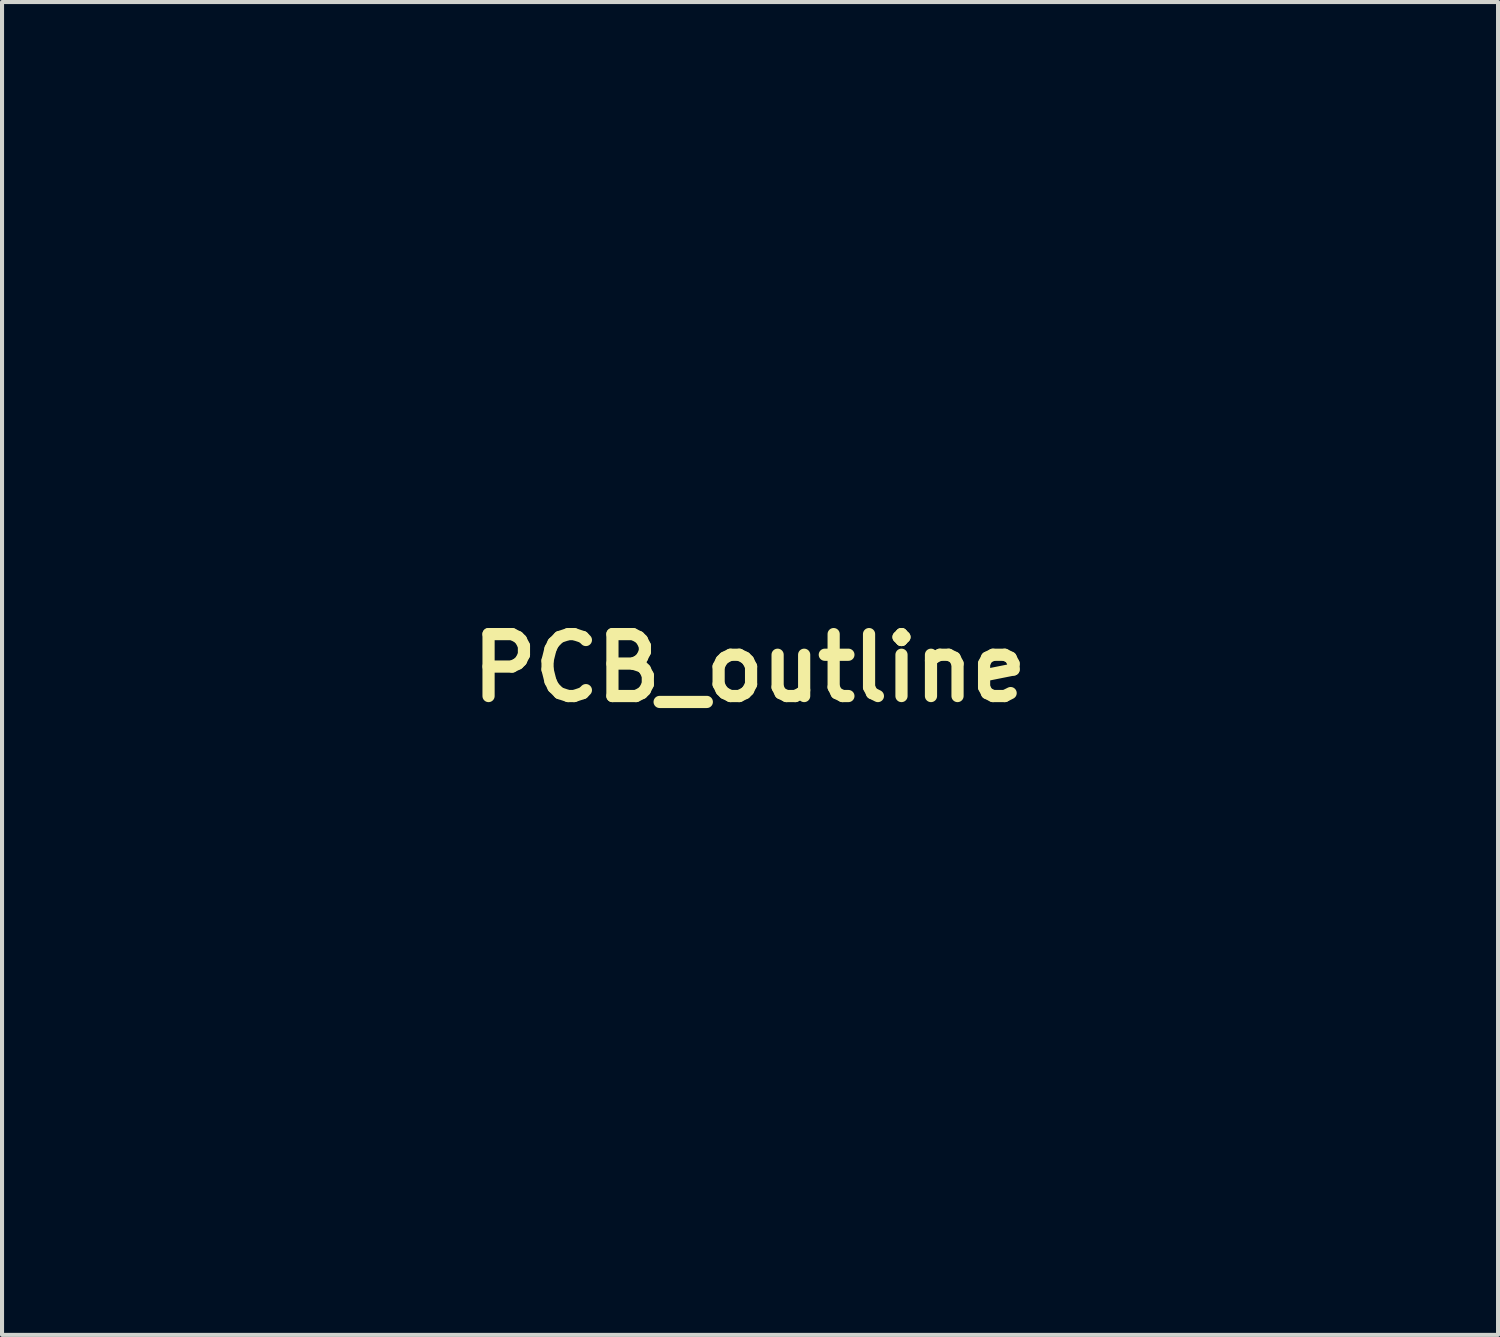
<source format=kicad_pcb>
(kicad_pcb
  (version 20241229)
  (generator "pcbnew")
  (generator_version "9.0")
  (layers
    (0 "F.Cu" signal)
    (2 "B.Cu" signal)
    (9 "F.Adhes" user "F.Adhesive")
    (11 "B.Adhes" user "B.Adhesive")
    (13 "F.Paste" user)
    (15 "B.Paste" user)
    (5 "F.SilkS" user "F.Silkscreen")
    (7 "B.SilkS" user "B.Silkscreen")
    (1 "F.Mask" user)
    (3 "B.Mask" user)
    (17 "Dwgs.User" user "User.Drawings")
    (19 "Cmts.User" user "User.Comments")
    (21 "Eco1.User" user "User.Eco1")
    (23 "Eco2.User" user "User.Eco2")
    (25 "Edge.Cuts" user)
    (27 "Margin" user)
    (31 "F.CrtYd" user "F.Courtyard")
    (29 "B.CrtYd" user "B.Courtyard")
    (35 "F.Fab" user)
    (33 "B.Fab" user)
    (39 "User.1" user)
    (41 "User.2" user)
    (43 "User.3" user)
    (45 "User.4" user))
  (footprint "PCB_outline"
    (layer "F.Cu")
    (at 15.393 13.386)
    (property "Reference" "PCB_outline" (at 0 0 0) (layer "F.SilkS") (effects (font (size 1.524 1.524) (thickness 0.3))))
    (attr through_hole)
    (fp_poly (pts (xy 15.411 13.404) (xy -15.388 13.404) (xy -15.388 10.426) (xy -5.348 10.426) (xy -5.31 10.57) (xy -5.27 10.65) (xy -5.18 10.754) (xy -5.062 10.832) (xy -4.927 10.879) (xy -4.786 10.891) (xy -4.651 10.866) (xy -4.631 10.858) (xy -4.501 10.781) (xy -4.402 10.678) (xy -4.336 10.554) (xy -4.303 10.42) (xy -4.303 10.415) (xy -3.062 10.415) (xy -3.046 10.507) (xy -2.995 10.619) (xy -2.914 10.726) (xy -2.817 10.812) (xy -2.758 10.845) (xy -2.64 10.879) (xy -2.506 10.886) (xy -2.377 10.867) (xy -2.319 10.846) (xy -2.191 10.765) (xy -2.097 10.659) (xy -2.036 10.536) (xy -2.009 10.403) (xy -2.01 10.391) (xy -0.764 10.391) (xy -0.752 10.507) (xy -0.738 10.554) (xy -0.667 10.68) (xy -0.565 10.779) (xy -0.44 10.848) (xy -0.301 10.885) (xy -0.158 10.886) (xy -0.019 10.846) (xy -0.007 10.841) (xy 0.113 10.758) (xy 0.207 10.64) (xy 0.268 10.501) (xy 0.289 10.356) (xy 0.281 10.297) (xy 1.528 10.297) (xy 1.529 10.445) (xy 1.573 10.586) (xy 1.657 10.71) (xy 1.775 10.811) (xy 1.908 10.87) (xy 2.053 10.888) (xy 2.157 10.879) (xy 2.253 10.854) (xy 2.272 10.846) (xy 2.397 10.765) (xy 2.493 10.656) (xy 2.555 10.527) (xy 2.572 10.434) (xy 3.824 10.434) (xy 3.838 10.501) (xy 3.902 10.646) (xy 3.996 10.76) (xy 4.114 10.84) (xy 4.25 10.883) (xy 4.397 10.887) (xy 4.548 10.848) (xy 4.582 10.834) (xy 4.71 10.751) (xy 4.802 10.64) (xy 4.857 10.504) (xy 4.872 10.37) (xy 4.852 10.216) (xy 4.789 10.079) (xy 4.693 9.97) (xy 4.563 9.88) (xy 4.425 9.836) (xy 4.28 9.836) (xy 4.172 9.863) (xy 4.041 9.931) (xy 3.937 10.03) (xy 3.863 10.152) (xy 3.824 10.29) (xy 3.824 10.434) (xy 2.572 10.434) (xy 2.581 10.385) (xy 2.567 10.241) (xy 2.536 10.151) (xy 2.454 10.015) (xy 2.351 9.919) (xy 2.222 9.862) (xy 2.066 9.841) (xy 2.053 9.841) (xy 1.895 9.859) (xy 1.764 9.914) (xy 1.659 10.007) (xy 1.576 10.14) (xy 1.571 10.151) (xy 1.528 10.297) (xy 0.281 10.297) (xy 0.27 10.218) (xy 0.215 10.093) (xy 0.131 9.987) (xy 0.023 9.905) (xy -0.104 9.851) (xy -0.243 9.832) (xy -0.39 9.853) (xy -0.397 9.855) (xy -0.497 9.903) (xy -0.597 9.981) (xy -0.68 10.075) (xy -0.727 10.156) (xy -0.756 10.267) (xy -0.764 10.391) (xy -2.01 10.391) (xy -2.016 10.268) (xy -2.056 10.138) (xy -2.131 10.02) (xy -2.24 9.923) (xy -2.293 9.891) (xy -2.382 9.857) (xy -2.489 9.842) (xy -2.54 9.84) (xy -2.633 9.843) (xy -2.702 9.857) (xy -2.769 9.888) (xy -2.804 9.909) (xy -2.921 10.007) (xy -3.006 10.129) (xy -3.054 10.269) (xy -3.062 10.415) (xy -4.303 10.415) (xy -4.305 10.281) (xy -4.345 10.147) (xy -4.422 10.024) (xy -4.456 9.988) (xy -4.58 9.898) (xy -4.718 9.848) (xy -4.861 9.837) (xy -5.003 9.866) (xy -5.134 9.934) (xy -5.231 10.021) (xy -5.308 10.141) (xy -5.347 10.28) (xy -5.348 10.426) (xy -15.388 10.426) (xy -15.388 8.29) (xy -13.883 8.29) (xy -13.878 8.524) (xy -13.83 8.758) (xy -13.759 8.95) (xy -13.632 9.173) (xy -13.473 9.365) (xy -13.286 9.521) (xy -13.071 9.641) (xy -12.833 9.723) (xy -12.829 9.723) (xy -12.682 9.747) (xy -12.513 9.755) (xy -12.343 9.748) (xy -12.192 9.725) (xy -12.185 9.724) (xy -11.956 9.647) (xy -11.748 9.532) (xy -11.563 9.384) (xy -11.406 9.209) (xy -11.28 9.009) (xy -11.189 8.792) (xy -11.137 8.56) (xy -11.131 8.436) (xy -6.501 8.436) (xy -6.469 8.575) (xy -6.398 8.701) (xy -6.291 8.804) (xy -6.194 8.861) (xy -6.081 8.894) (xy -5.95 8.903) (xy -5.824 8.886) (xy -5.773 8.869) (xy -5.644 8.793) (xy -5.547 8.691) (xy -5.483 8.57) (xy -5.452 8.438) (xy -5.452 8.42) (xy -4.21 8.42) (xy -4.182 8.54) (xy -4.131 8.656) (xy -4.085 8.724) (xy -3.977 8.819) (xy -3.846 8.881) (xy -3.703 8.906) (xy -3.558 8.894) (xy -3.437 8.851) (xy -3.317 8.766) (xy -3.229 8.655) (xy -3.174 8.526) (xy -3.154 8.388) (xy -3.156 8.366) (xy -1.914 8.366) (xy -1.898 8.512) (xy -1.845 8.644) (xy -1.76 8.754) (xy -1.647 8.838) (xy -1.51 8.89) (xy -1.384 8.904) (xy -1.278 8.894) (xy -1.181 8.869) (xy -1.164 8.861) (xy -1.062 8.795) (xy -0.97 8.698) (xy -0.901 8.587) (xy -0.876 8.523) (xy -0.858 8.379) (xy 0.379 8.379) (xy 0.395 8.52) (xy 0.447 8.646) (xy 0.528 8.752) (xy 0.632 8.834) (xy 0.755 8.887) (xy 0.891 8.906) (xy 1.034 8.888) (xy 1.156 8.841) (xy 1.274 8.755) (xy 1.36 8.644) (xy 1.413 8.514) (xy 1.423 8.442) (xy 2.68 8.442) (xy 2.718 8.586) (xy 2.759 8.666) (xy 2.849 8.77) (xy 2.967 8.848) (xy 3.102 8.895) (xy 3.242 8.907) (xy 3.377 8.882) (xy 3.398 8.874) (xy 3.528 8.797) (xy 3.627 8.693) (xy 3.693 8.569) (xy 3.726 8.434) (xy 3.722 8.297) (xy 11.149 8.297) (xy 11.15 8.455) (xy 11.187 8.704) (xy 11.265 8.936) (xy 11.38 9.147) (xy 11.528 9.335) (xy 11.706 9.493) (xy 11.912 9.619) (xy 12.14 9.707) (xy 12.198 9.722) (xy 12.35 9.747) (xy 12.523 9.755) (xy 12.697 9.747) (xy 12.846 9.724) (xy 13.075 9.647) (xy 13.283 9.532) (xy 13.468 9.384) (xy 13.625 9.209) (xy 13.751 9.009) (xy 13.842 8.792) (xy 13.894 8.56) (xy 13.905 8.32) (xy 13.903 8.294) (xy 13.864 8.047) (xy 13.783 7.814) (xy 13.663 7.6) (xy 13.507 7.411) (xy 13.319 7.251) (xy 13.261 7.212) (xy 13.051 7.105) (xy 12.824 7.035) (xy 12.588 7.003) (xy 12.353 7.01) (xy 12.135 7.056) (xy 11.904 7.15) (xy 11.698 7.279) (xy 11.519 7.439) (xy 11.372 7.626) (xy 11.259 7.834) (xy 11.184 8.059) (xy 11.149 8.297) (xy 3.722 8.297) (xy 3.722 8.296) (xy 3.681 8.161) (xy 3.6 8.037) (xy 3.575 8.01) (xy 3.452 7.917) (xy 3.315 7.864) (xy 3.172 7.852) (xy 3.031 7.879) (xy 2.899 7.946) (xy 2.797 8.037) (xy 2.721 8.157) (xy 2.681 8.296) (xy 2.68 8.442) (xy 1.423 8.442) (xy 1.432 8.376) (xy 1.415 8.237) (xy 1.36 8.106) (xy 1.309 8.037) (xy 1.195 7.938) (xy 1.067 7.877) (xy 0.931 7.853) (xy 0.795 7.864) (xy 0.667 7.908) (xy 0.554 7.984) (xy 0.463 8.09) (xy 0.402 8.226) (xy 0.402 8.226) (xy 0.379 8.379) (xy -0.858 8.379) (xy -0.858 8.376) (xy -0.881 8.231) (xy -0.944 8.097) (xy -1.041 7.983) (xy -1.118 7.925) (xy -1.249 7.869) (xy -1.388 7.852) (xy -1.526 7.871) (xy -1.655 7.925) (xy -1.765 8.008) (xy -1.849 8.118) (xy -1.888 8.211) (xy -1.914 8.366) (xy -3.156 8.366) (xy -3.169 8.249) (xy -3.222 8.118) (xy -3.313 8.002) (xy -3.314 8.001) (xy -3.404 7.934) (xy -3.513 7.881) (xy -3.62 7.849) (xy -3.671 7.844) (xy -3.816 7.865) (xy -3.949 7.926) (xy -4.062 8.021) (xy -4.149 8.143) (xy -4.203 8.286) (xy -4.208 8.312) (xy -4.21 8.42) (xy -5.452 8.42) (xy -5.454 8.302) (xy -5.491 8.17) (xy -5.564 8.05) (xy -5.672 7.95) (xy -5.68 7.944) (xy -5.82 7.876) (xy -5.964 7.85) (xy -6.105 7.865) (xy -6.236 7.919) (xy -6.35 8.01) (xy -6.439 8.136) (xy -6.442 8.142) (xy -6.493 8.289) (xy -6.501 8.436) (xy -11.131 8.436) (xy -11.126 8.32) (xy -11.128 8.294) (xy -11.167 8.046) (xy -11.247 7.816) (xy -11.366 7.605) (xy -11.52 7.419) (xy -11.705 7.26) (xy -11.92 7.133) (xy -12.146 7.045) (xy -12.313 7.012) (xy -12.501 7.003) (xy -12.695 7.015) (xy -12.875 7.05) (xy -12.926 7.065) (xy -13.155 7.163) (xy -13.356 7.294) (xy -13.528 7.455) (xy -13.669 7.639) (xy -13.777 7.843) (xy -13.849 8.061) (xy -13.883 8.29) (xy -15.388 8.29) (xy -15.388 6.407) (xy -5.352 6.407) (xy -5.33 6.555) (xy -5.27 6.686) (xy -5.177 6.794) (xy -5.058 6.872) (xy -4.918 6.915) (xy -4.838 6.921) (xy -4.749 6.915) (xy -4.667 6.901) (xy -4.631 6.89) (xy -4.5 6.813) (xy -4.401 6.708) (xy -4.334 6.585) (xy -4.303 6.45) (xy -4.304 6.416) (xy -3.063 6.416) (xy -3.036 6.562) (xy -2.966 6.697) (xy -2.934 6.739) (xy -2.819 6.84) (xy -2.686 6.902) (xy -2.541 6.923) (xy -2.391 6.901) (xy -2.281 6.857) (xy -2.163 6.771) (xy -2.078 6.663) (xy -2.027 6.539) (xy -2.008 6.408) (xy -2.012 6.375) (xy -0.767 6.375) (xy -0.757 6.51) (xy -0.712 6.639) (xy -0.634 6.754) (xy -0.52 6.848) (xy -0.487 6.867) (xy -0.366 6.909) (xy -0.229 6.921) (xy -0.092 6.905) (xy -0.01 6.877) (xy 0.093 6.808) (xy 0.182 6.708) (xy 0.249 6.589) (xy 0.287 6.462) (xy 0.288 6.448) (xy 1.526 6.448) (xy 1.558 6.587) (xy 1.628 6.713) (xy 1.733 6.817) (xy 1.834 6.877) (xy 1.948 6.91) (xy 2.079 6.919) (xy 2.204 6.902) (xy 2.256 6.885) (xy 2.387 6.807) (xy 2.487 6.701) (xy 2.552 6.574) (xy 2.577 6.446) (xy 3.817 6.446) (xy 3.851 6.572) (xy 3.915 6.693) (xy 4.001 6.797) (xy 4.102 6.871) (xy 4.116 6.877) (xy 4.242 6.913) (xy 4.381 6.92) (xy 4.515 6.898) (xy 4.593 6.867) (xy 4.715 6.78) (xy 4.802 6.669) (xy 4.855 6.543) (xy 4.874 6.409) (xy 4.859 6.274) (xy 4.81 6.146) (xy 4.727 6.032) (xy 4.61 5.939) (xy 4.576 5.921) (xy 4.437 5.874) (xy 4.297 5.87) (xy 4.162 5.903) (xy 4.04 5.971) (xy 3.936 6.069) (xy 3.859 6.194) (xy 3.818 6.326) (xy 3.817 6.446) (xy 2.577 6.446) (xy 2.58 6.434) (xy 2.567 6.288) (xy 2.52 6.158) (xy 2.434 6.033) (xy 2.325 5.943) (xy 2.2 5.887) (xy 2.068 5.866) (xy 1.934 5.88) (xy 1.806 5.929) (xy 1.693 6.013) (xy 1.601 6.131) (xy 1.587 6.157) (xy 1.535 6.302) (xy 1.526 6.448) (xy 0.288 6.448) (xy 0.291 6.341) (xy 0.289 6.326) (xy 0.241 6.18) (xy 0.161 6.057) (xy 0.055 5.962) (xy -0.069 5.898) (xy -0.205 5.868) (xy -0.345 5.877) (xy -0.47 5.921) (xy -0.595 6.006) (xy -0.686 6.116) (xy -0.744 6.241) (xy -0.767 6.375) (xy -2.012 6.375) (xy -2.022 6.275) (xy -2.068 6.15) (xy -2.146 6.039) (xy -2.254 5.95) (xy -2.343 5.907) (xy -2.457 5.872) (xy -2.551 5.862) (xy -2.646 5.877) (xy -2.698 5.894) (xy -2.831 5.957) (xy -2.931 6.043) (xy -2.987 6.123) (xy -3.047 6.267) (xy -3.063 6.416) (xy -4.304 6.416) (xy -4.307 6.311) (xy -4.349 6.175) (xy -4.43 6.051) (xy -4.455 6.024) (xy -4.577 5.933) (xy -4.713 5.881) (xy -4.857 5.869) (xy -4.999 5.896) (xy -5.131 5.962) (xy -5.218 6.036) (xy -5.301 6.156) (xy -5.344 6.301) (xy -5.352 6.407) (xy -15.388 6.407) (xy -15.388 0.946) (xy 4.683 0.946) (xy 4.683 2.93) (xy 5.56 2.93) (xy 5.56 0.946) (xy 10.197 0.946) (xy 10.197 2.93) (xy 11.074 2.93) (xy 11.074 0.946) (xy 10.197 0.946) (xy 5.56 0.946) (xy 4.683 0.946) (xy -15.388 0.946) (xy -15.388 -1.061) (xy 0.969 -1.061) (xy 0.969 -0.085) (xy 0.969 0.123) (xy 0.97 0.317) (xy 0.972 0.491) (xy 0.974 0.641) (xy 0.976 0.763) (xy 0.979 0.85) (xy 0.983 0.899) (xy 0.984 0.907) (xy 1.011 0.912) (xy 1.077 0.917) (xy 1.173 0.92) (xy 1.293 0.922) (xy 1.423 0.923) (xy 1.846 0.923) (xy 1.846 -1.061) (xy 6.483 -1.061) (xy 6.483 0.923) (xy 7.359 0.923) (xy 7.359 -1.061) (xy 12.596 -1.061) (xy 12.596 0.924) (xy 13.029 0.918) (xy 13.461 0.911) (xy 13.467 -0.075) (xy 13.473 -1.061) (xy 12.596 -1.061) (xy 7.359 -1.061) (xy 6.483 -1.061) (xy 1.846 -1.061) (xy 0.969 -1.061) (xy -15.388 -1.061) (xy -15.388 -6.32) (xy -4.858 -6.32) (xy -4.845 -6.229) (xy -4.79 -6.091) (xy -4.704 -5.976) (xy -4.592 -5.888) (xy -4.464 -5.833) (xy -4.325 -5.813) (xy -4.186 -5.832) (xy -4.118 -5.857) (xy -3.99 -5.937) (xy -3.896 -6.04) (xy -3.835 -6.157) (xy -3.806 -6.283) (xy -3.807 -6.344) (xy -2.56 -6.344) (xy -2.54 -6.192) (xy -2.48 -6.061) (xy -2.377 -5.946) (xy -2.374 -5.944) (xy -2.243 -5.86) (xy -2.101 -5.818) (xy -1.954 -5.821) (xy -1.823 -5.862) (xy -1.687 -5.943) (xy -1.591 -6.047) (xy -1.533 -6.176) (xy -1.513 -6.332) (xy -1.513 -6.344) (xy -1.514 -6.359) (xy -0.27 -6.359) (xy -0.257 -6.225) (xy -0.208 -6.098) (xy -0.126 -5.985) (xy -0.008 -5.893) (xy 0.021 -5.877) (xy 0.163 -5.825) (xy 0.302 -5.817) (xy 0.441 -5.849) (xy 0.572 -5.919) (xy 0.676 -6.021) (xy 0.748 -6.15) (xy 0.781 -6.296) (xy 0.783 -6.344) (xy 2.031 -6.344) (xy 2.052 -6.193) (xy 2.109 -6.062) (xy 2.197 -5.955) (xy 2.308 -5.876) (xy 2.437 -5.829) (xy 2.577 -5.818) (xy 2.721 -5.847) (xy 2.793 -5.877) (xy 2.921 -5.965) (xy 3.013 -6.078) (xy 3.069 -6.208) (xy 3.085 -6.344) (xy 4.315 -6.344) (xy 4.332 -6.23) (xy 4.375 -6.11) (xy 4.438 -6.004) (xy 4.46 -5.978) (xy 4.535 -5.918) (xy 4.637 -5.865) (xy 4.745 -5.827) (xy 4.836 -5.814) (xy 4.921 -5.822) (xy 5.012 -5.843) (xy 5.032 -5.849) (xy 5.163 -5.919) (xy 5.267 -6.021) (xy 5.338 -6.15) (xy 5.372 -6.296) (xy 5.374 -6.344) (xy 5.353 -6.495) (xy 5.293 -6.628) (xy 5.2 -6.738) (xy 5.079 -6.819) (xy 4.936 -6.865) (xy 4.83 -6.875) (xy 4.738 -6.86) (xy 4.632 -6.822) (xy 4.533 -6.769) (xy 4.46 -6.711) (xy 4.393 -6.614) (xy 4.343 -6.496) (xy 4.317 -6.378) (xy 4.315 -6.344) (xy 3.085 -6.344) (xy 3.085 -6.349) (xy 3.061 -6.493) (xy 2.995 -6.633) (xy 2.991 -6.639) (xy 2.891 -6.75) (xy 2.77 -6.826) (xy 2.634 -6.866) (xy 2.493 -6.869) (xy 2.356 -6.833) (xy 2.23 -6.758) (xy 2.209 -6.741) (xy 2.108 -6.623) (xy 2.049 -6.489) (xy 2.031 -6.344) (xy 0.783 -6.344) (xy 0.763 -6.496) (xy 0.706 -6.627) (xy 0.618 -6.734) (xy 0.507 -6.813) (xy 0.378 -6.86) (xy 0.238 -6.871) (xy 0.093 -6.842) (xy 0.021 -6.811) (xy -0.103 -6.725) (xy -0.194 -6.616) (xy -0.249 -6.492) (xy -0.27 -6.359) (xy -1.514 -6.359) (xy -1.531 -6.502) (xy -1.585 -6.633) (xy -1.678 -6.739) (xy -1.811 -6.822) (xy -1.823 -6.827) (xy -1.968 -6.869) (xy -2.115 -6.867) (xy -2.257 -6.821) (xy -2.38 -6.74) (xy -2.481 -6.626) (xy -2.541 -6.493) (xy -2.56 -6.344) (xy -3.807 -6.344) (xy -3.808 -6.412) (xy -3.838 -6.537) (xy -3.897 -6.651) (xy -3.982 -6.748) (xy -4.092 -6.822) (xy -4.225 -6.865) (xy -4.327 -6.874) (xy -4.473 -6.854) (xy -4.603 -6.796) (xy -4.712 -6.706) (xy -4.794 -6.593) (xy -4.845 -6.462) (xy -4.858 -6.32) (xy -15.388 -6.32) (xy -15.388 -8.34) (xy -13.875 -8.34) (xy -13.872 -8.183) (xy -13.86 -8.056) (xy -13.835 -7.942) (xy -13.792 -7.825) (xy -13.729 -7.687) (xy -13.721 -7.671) (xy -13.656 -7.567) (xy -13.562 -7.451) (xy -13.451 -7.335) (xy -13.332 -7.228) (xy -13.219 -7.142) (xy -13.147 -7.099) (xy -12.908 -7.007) (xy -12.66 -6.957) (xy -12.408 -6.952) (xy -12.216 -6.979) (xy -11.986 -7.05) (xy -11.776 -7.159) (xy -11.587 -7.303) (xy -11.425 -7.476) (xy -11.294 -7.673) (xy -11.196 -7.889) (xy -11.137 -8.119) (xy -11.121 -8.328) (xy -11.121 -8.331) (xy -3.708 -8.331) (xy -3.691 -8.192) (xy -3.67 -8.131) (xy -3.609 -8.017) (xy -3.538 -7.936) (xy -3.441 -7.872) (xy -3.403 -7.852) (xy -3.255 -7.806) (xy -3.103 -7.804) (xy -3.015 -7.822) (xy -2.921 -7.866) (xy -2.826 -7.94) (xy -2.743 -8.031) (xy -2.696 -8.109) (xy -2.663 -8.227) (xy -2.659 -8.292) (xy -1.413 -8.292) (xy -1.385 -8.152) (xy -1.321 -8.025) (xy -1.221 -7.918) (xy -1.126 -7.857) (xy -0.979 -7.806) (xy -0.833 -7.801) (xy -0.686 -7.841) (xy -0.648 -7.858) (xy -0.524 -7.943) (xy -0.434 -8.051) (xy -0.378 -8.176) (xy -0.356 -8.309) (xy -0.358 -8.328) (xy 0.877 -8.328) (xy 0.899 -8.18) (xy 0.965 -8.045) (xy 1.038 -7.958) (xy 1.163 -7.861) (xy 1.3 -7.809) (xy 1.45 -7.801) (xy 1.578 -7.826) (xy 1.67 -7.871) (xy 1.764 -7.947) (xy 1.846 -8.039) (xy 1.901 -8.133) (xy 1.91 -8.158) (xy 1.935 -8.316) (xy 1.932 -8.348) (xy 3.171 -8.348) (xy 3.183 -8.214) (xy 3.23 -8.086) (xy 3.31 -7.972) (xy 3.425 -7.878) (xy 3.464 -7.857) (xy 3.611 -7.807) (xy 3.761 -7.802) (xy 3.907 -7.841) (xy 3.98 -7.879) (xy 4.095 -7.976) (xy 4.176 -8.098) (xy 4.22 -8.235) (xy 4.223 -8.328) (xy 5.469 -8.328) (xy 5.489 -8.177) (xy 5.547 -8.046) (xy 5.635 -7.939) (xy 5.747 -7.86) (xy 5.876 -7.812) (xy 6.016 -7.801) (xy 6.161 -7.83) (xy 6.217 -7.852) (xy 6.325 -7.914) (xy 6.403 -7.988) (xy 6.465 -8.09) (xy 6.484 -8.131) (xy 6.521 -8.268) (xy 6.518 -8.371) (xy 11.145 -8.371) (xy 11.159 -8.131) (xy 11.215 -7.898) (xy 11.312 -7.677) (xy 11.448 -7.473) (xy 11.581 -7.328) (xy 11.781 -7.17) (xy 11.999 -7.053) (xy 12.231 -6.979) (xy 12.474 -6.948) (xy 12.725 -6.963) (xy 12.815 -6.979) (xy 13.044 -7.05) (xy 13.255 -7.159) (xy 13.443 -7.303) (xy 13.605 -7.476) (xy 13.737 -7.673) (xy 13.834 -7.889) (xy 13.893 -8.119) (xy 13.91 -8.328) (xy 13.888 -8.567) (xy 13.825 -8.795) (xy 13.724 -9.006) (xy 13.59 -9.198) (xy 13.428 -9.365) (xy 13.24 -9.504) (xy 13.032 -9.611) (xy 12.807 -9.681) (xy 12.569 -9.711) (xy 12.527 -9.712) (xy 12.286 -9.689) (xy 12.056 -9.625) (xy 11.841 -9.523) (xy 11.648 -9.386) (xy 11.478 -9.218) (xy 11.339 -9.023) (xy 11.233 -8.805) (xy 11.176 -8.613) (xy 11.145 -8.371) (xy 6.518 -8.371) (xy 6.517 -8.415) (xy 6.472 -8.558) (xy 6.464 -8.573) (xy 6.377 -8.696) (xy 6.266 -8.785) (xy 6.136 -8.839) (xy 5.997 -8.856) (xy 5.856 -8.836) (xy 5.721 -8.776) (xy 5.649 -8.724) (xy 5.547 -8.61) (xy 5.487 -8.477) (xy 5.469 -8.328) (xy 4.223 -8.328) (xy 4.225 -8.381) (xy 4.189 -8.525) (xy 4.163 -8.579) (xy 4.071 -8.704) (xy 3.955 -8.793) (xy 3.82 -8.844) (xy 3.676 -8.856) (xy 3.527 -8.826) (xy 3.463 -8.798) (xy 3.339 -8.713) (xy 3.248 -8.605) (xy 3.192 -8.481) (xy 3.171 -8.348) (xy 1.932 -8.348) (xy 1.918 -8.465) (xy 1.861 -8.6) (xy 1.767 -8.713) (xy 1.638 -8.799) (xy 1.628 -8.804) (xy 1.478 -8.851) (xy 1.331 -8.853) (xy 1.192 -8.81) (xy 1.064 -8.723) (xy 1.038 -8.698) (xy 0.94 -8.573) (xy 0.888 -8.434) (xy 0.877 -8.328) (xy -0.358 -8.328) (xy -0.368 -8.443) (xy -0.415 -8.57) (xy -0.495 -8.684) (xy -0.609 -8.776) (xy -0.648 -8.798) (xy -0.796 -8.848) (xy -0.943 -8.855) (xy -1.083 -8.82) (xy -1.208 -8.748) (xy -1.312 -8.639) (xy -1.349 -8.579) (xy -1.402 -8.437) (xy -1.413 -8.292) (xy -2.659 -8.292) (xy -2.656 -8.361) (xy -2.676 -8.49) (xy -2.697 -8.549) (xy -2.774 -8.667) (xy -2.885 -8.762) (xy -3.018 -8.828) (xy -3.162 -8.857) (xy -3.198 -8.858) (xy -3.297 -8.843) (xy -3.407 -8.803) (xy -3.507 -8.747) (xy -3.549 -8.713) (xy -3.634 -8.604) (xy -3.688 -8.473) (xy -3.708 -8.331) (xy -11.121 -8.331) (xy -11.143 -8.567) (xy -11.207 -8.795) (xy -11.309 -9.009) (xy -11.445 -9.203) (xy -11.611 -9.372) (xy -11.803 -9.512) (xy -12.017 -9.618) (xy -12.22 -9.678) (xy -12.467 -9.708) (xy -12.715 -9.692) (xy -12.956 -9.633) (xy -13.157 -9.546) (xy -13.286 -9.463) (xy -13.419 -9.354) (xy -13.544 -9.23) (xy -13.645 -9.106) (xy -13.678 -9.057) (xy -13.763 -8.901) (xy -13.821 -8.758) (xy -13.856 -8.611) (xy -13.872 -8.445) (xy -13.875 -8.34) (xy -15.388 -8.34) (xy -15.388 -10.274) (xy -4.857 -10.274) (xy -4.845 -10.198) (xy -4.79 -10.056) (xy -4.702 -9.94) (xy -4.591 -9.854) (xy -4.462 -9.8) (xy -4.323 -9.783) (xy -4.181 -9.804) (xy -4.048 -9.863) (xy -3.933 -9.96) (xy -3.854 -10.079) (xy -3.81 -10.213) (xy -3.805 -10.317) (xy -2.56 -10.317) (xy -2.54 -10.164) (xy -2.483 -10.031) (xy -2.394 -9.922) (xy -2.279 -9.842) (xy -2.145 -9.794) (xy -1.997 -9.784) (xy -1.865 -9.808) (xy -1.742 -9.868) (xy -1.638 -9.962) (xy -1.559 -10.081) (xy -1.513 -10.214) (xy -1.511 -10.258) (xy -0.269 -10.258) (xy -0.234 -10.124) (xy -0.166 -10.005) (xy -0.071 -9.906) (xy 0.044 -9.833) (xy 0.173 -9.79) (xy 0.309 -9.782) (xy 0.447 -9.814) (xy 0.473 -9.825) (xy 0.604 -9.909) (xy 0.702 -10.023) (xy 0.763 -10.16) (xy 0.784 -10.307) (xy 2.031 -10.307) (xy 2.052 -10.156) (xy 2.11 -10.025) (xy 2.197 -9.919) (xy 2.309 -9.841) (xy 2.439 -9.795) (xy 2.579 -9.785) (xy 2.724 -9.815) (xy 2.793 -9.845) (xy 2.917 -9.931) (xy 3.007 -10.04) (xy 3.063 -10.165) (xy 3.084 -10.299) (xy 3.08 -10.347) (xy 4.321 -10.347) (xy 4.328 -10.209) (xy 4.376 -10.076) (xy 4.457 -9.957) (xy 4.565 -9.863) (xy 4.666 -9.812) (xy 4.781 -9.788) (xy 4.909 -9.788) (xy 5.028 -9.811) (xy 5.064 -9.825) (xy 5.195 -9.909) (xy 5.293 -10.023) (xy 5.354 -10.16) (xy 5.374 -10.312) (xy 5.354 -10.46) (xy 5.296 -10.59) (xy 5.208 -10.697) (xy 5.097 -10.778) (xy 4.968 -10.827) (xy 4.83 -10.841) (xy 4.687 -10.815) (xy 4.637 -10.795) (xy 4.502 -10.712) (xy 4.405 -10.604) (xy 4.343 -10.467) (xy 4.321 -10.347) (xy 3.08 -10.347) (xy 3.071 -10.434) (xy 3.023 -10.561) (xy 2.939 -10.675) (xy 2.825 -10.764) (xy 2.685 -10.822) (xy 2.543 -10.839) (xy 2.407 -10.818) (xy 2.282 -10.763) (xy 2.176 -10.678) (xy 2.094 -10.566) (xy 2.044 -10.431) (xy 2.031 -10.307) (xy 0.784 -10.307) (xy 0.764 -10.458) (xy 0.707 -10.589) (xy 0.621 -10.696) (xy 0.51 -10.776) (xy 0.383 -10.825) (xy 0.245 -10.839) (xy 0.103 -10.815) (xy -0.011 -10.764) (xy -0.115 -10.68) (xy -0.2 -10.57) (xy -0.255 -10.447) (xy -0.266 -10.403) (xy -0.269 -10.258) (xy -1.511 -10.258) (xy -1.506 -10.349) (xy -1.542 -10.501) (xy -1.611 -10.628) (xy -1.707 -10.729) (xy -1.823 -10.799) (xy -1.953 -10.836) (xy -2.09 -10.838) (xy -2.227 -10.802) (xy -2.358 -10.725) (xy -2.38 -10.708) (xy -2.482 -10.593) (xy -2.542 -10.458) (xy -2.56 -10.317) (xy -3.805 -10.317) (xy -3.803 -10.354) (xy -3.834 -10.493) (xy -3.903 -10.623) (xy -3.959 -10.69) (xy -4.047 -10.764) (xy -4.137 -10.808) (xy -4.245 -10.828) (xy -4.326 -10.831) (xy -4.424 -10.828) (xy -4.496 -10.814) (xy -4.562 -10.787) (xy -4.593 -10.769) (xy -4.711 -10.675) (xy -4.797 -10.556) (xy -4.847 -10.419) (xy -4.857 -10.274) (xy -15.388 -10.274) (xy -15.388 -13.381) (xy 15.411 -13.381) (xy 15.411 13.404)) (stroke (width 0.01) (type solid)) (fill no) (layer "Eco1.User")))
  (gr_rect
    (start -3 -3)
    (end 33.808 29.794)
    (stroke (width 0.1) (type default))
    (fill no)
    (layer "Edge.Cuts")))
</source>
